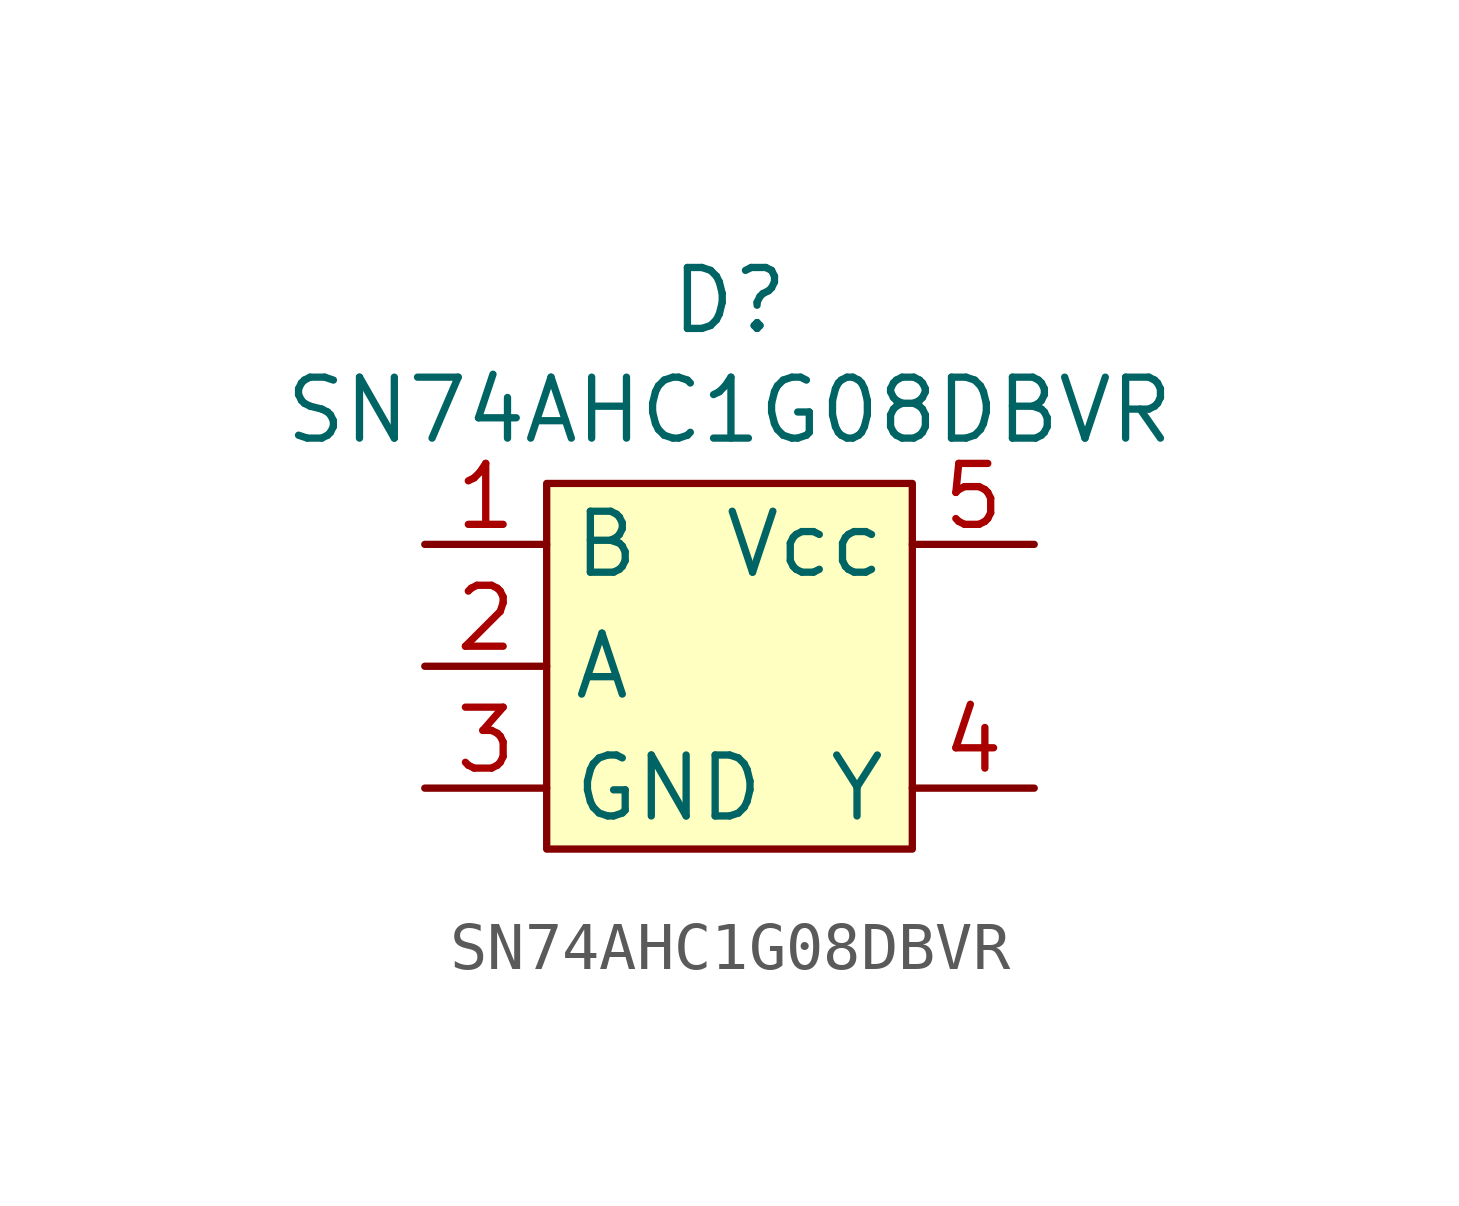
<source format=kicad_sym>
(kicad_symbol_lib
  (version 20231120)
  (generator "kicad_symbol_editor")
  (generator_version "8.0")
  (symbol "SN74AHC1G08DBVR"
    (property "Reference" "D"
      (at 0 3.81 0)
      (effects (font (size 1.27 1.27))))
    (property "Value" "SN74AHC1G08DBVR"
      (at 0 1.524 0)
      (effects (font (size 1.27 1.27))))
    (symbol "SN74AHC1G08DBVR_1_1"
      (rectangle (start -3.81 0) (end 3.81 -7.62) (stroke (width 0) (type default)) (fill (type background)))
      (pin input line (at -6.35 -1.27 0) (length 2.54) (name "B" (effects (font (size 1.27 1.27)))) (number "1" (effects (font (size 1.27 1.27)))))
      (pin input line (at -6.35 -3.81 0) (length 2.54) (name "A" (effects (font (size 1.27 1.27)))) (number "2" (effects (font (size 1.27 1.27)))))
      (pin input line (at -6.35 -6.35 0) (length 2.54) (name "GND" (effects (font (size 1.27 1.27)))) (number "3" (effects (font (size 1.27 1.27)))))
      (pin input line (at 6.35 -6.35 180) (length 2.54) (name "Y" (effects (font (size 1.27 1.27)))) (number "4" (effects (font (size 1.27 1.27)))))
      (pin input line (at 6.35 -1.27 180) (length 2.54) (name "Vcc" (effects (font (size 1.27 1.27)))) (number "5" (effects (font (size 1.27 1.27))))))))
</source>
